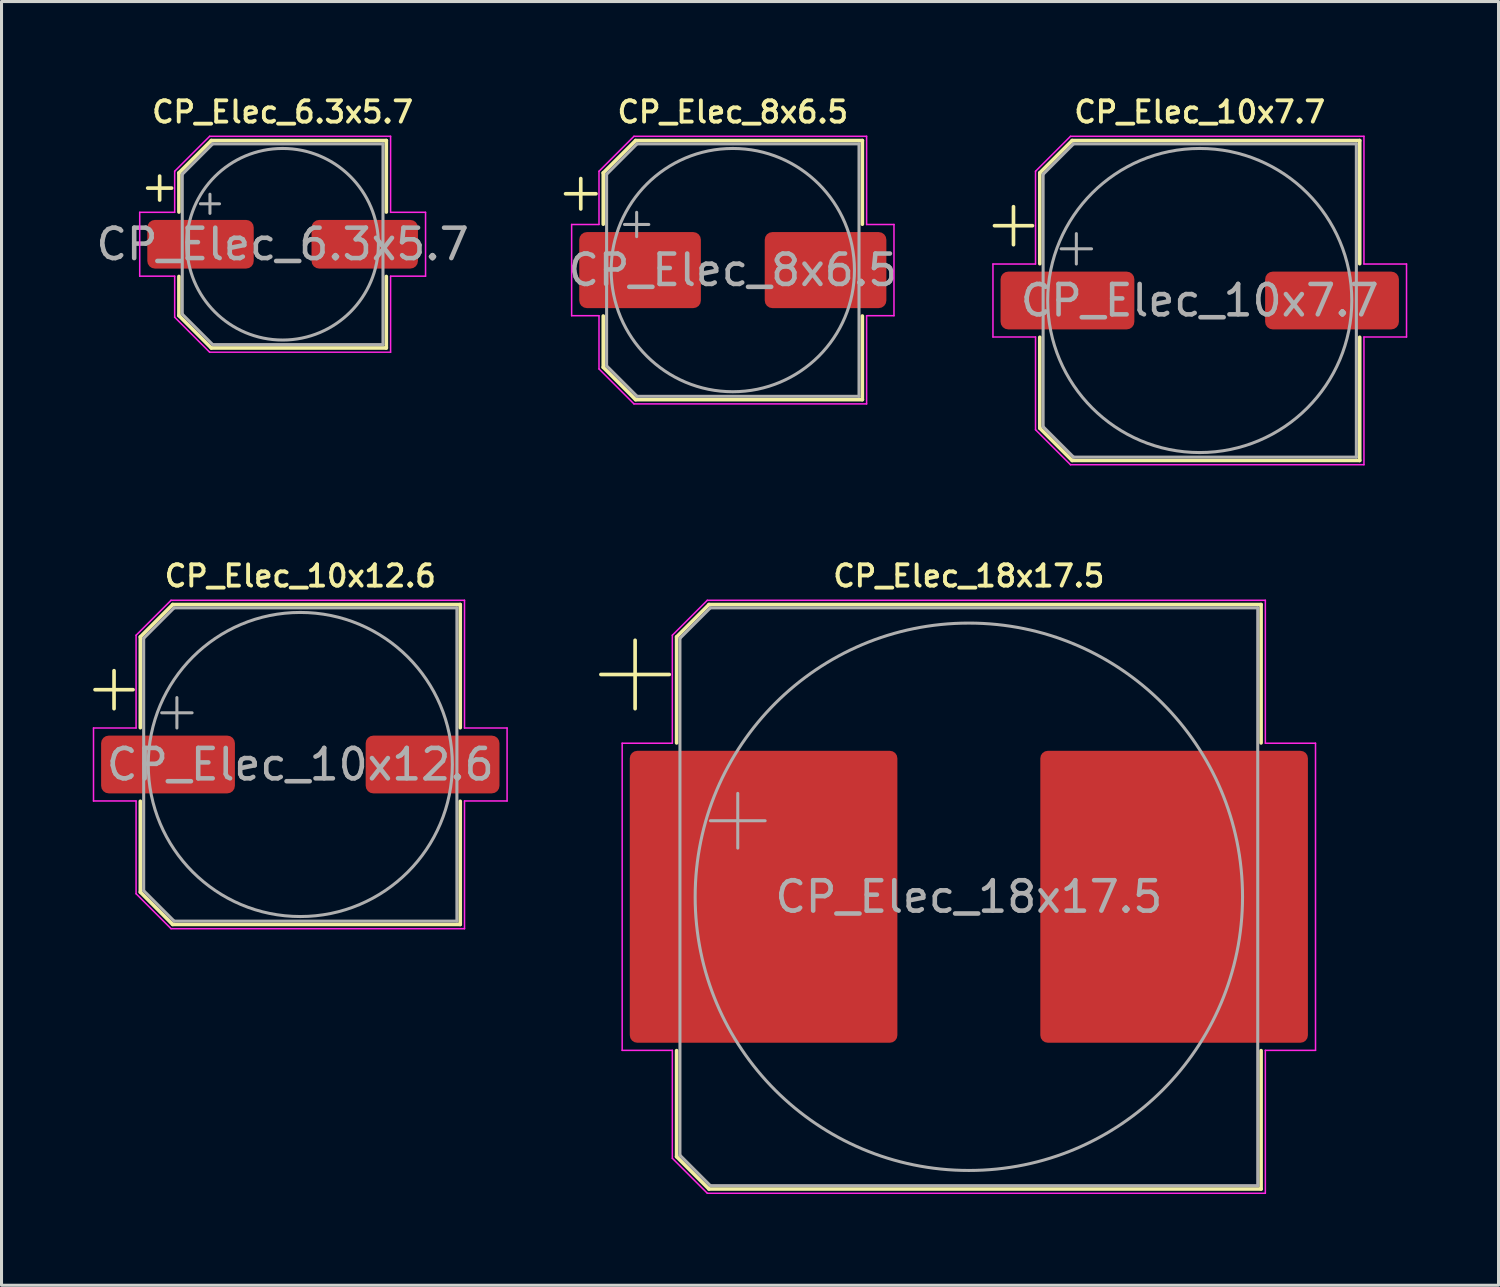
<source format=kicad_pcb>
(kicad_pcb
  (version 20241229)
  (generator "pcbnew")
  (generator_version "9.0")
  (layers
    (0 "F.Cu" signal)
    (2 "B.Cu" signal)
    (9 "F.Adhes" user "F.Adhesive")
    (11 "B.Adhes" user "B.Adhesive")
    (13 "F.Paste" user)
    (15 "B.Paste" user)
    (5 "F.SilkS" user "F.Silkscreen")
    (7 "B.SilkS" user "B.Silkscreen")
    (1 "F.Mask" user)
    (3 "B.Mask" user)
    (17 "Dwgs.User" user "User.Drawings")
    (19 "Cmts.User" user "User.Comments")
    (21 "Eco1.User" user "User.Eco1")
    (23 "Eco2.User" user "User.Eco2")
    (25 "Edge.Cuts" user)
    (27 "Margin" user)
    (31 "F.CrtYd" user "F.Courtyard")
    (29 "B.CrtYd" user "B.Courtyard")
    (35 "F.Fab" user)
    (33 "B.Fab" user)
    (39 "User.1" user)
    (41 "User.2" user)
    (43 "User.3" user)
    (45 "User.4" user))
  (footprint "CP_Elec_6.3x5.7"
    (layer "F.Cu")
    (at 6.244 4.982)
    (property "Reference" "CP_Elec_6.3x5.7" (at 0 -4.35 0) (layer "F.SilkS") (effects (font (size 0.7 0.7) (thickness 0.127))))
    (attr smd)
    (fp_line (start -4.438 -1.847) (end -3.65 -1.847) (stroke (width 0.12) (type solid)) (layer "F.SilkS"))
    (fp_line (start -4.044 -2.241) (end -4.044 -1.454) (stroke (width 0.12) (type solid)) (layer "F.SilkS"))
    (fp_line (start -3.41 -2.346) (end -3.41 -1.06) (stroke (width 0.12) (type solid)) (layer "F.SilkS"))
    (fp_line (start -3.41 -2.346) (end -2.346 -3.41) (stroke (width 0.12) (type solid)) (layer "F.SilkS"))
    (fp_line (start -3.41 2.346) (end -3.41 1.06) (stroke (width 0.12) (type solid)) (layer "F.SilkS"))
    (fp_line (start -3.41 2.346) (end -2.346 3.41) (stroke (width 0.12) (type solid)) (layer "F.SilkS"))
    (fp_line (start -2.346 -3.41) (end 3.41 -3.41) (stroke (width 0.12) (type solid)) (layer "F.SilkS"))
    (fp_line (start -2.346 3.41) (end 3.41 3.41) (stroke (width 0.12) (type solid)) (layer "F.SilkS"))
    (fp_line (start 3.41 -3.41) (end 3.41 -1.06) (stroke (width 0.12) (type solid)) (layer "F.SilkS"))
    (fp_line (start 3.41 3.41) (end 3.41 1.06) (stroke (width 0.12) (type solid)) (layer "F.SilkS"))
    (fp_line (start -4.7 -1.05) (end -4.7 1.05) (stroke (width 0.05) (type solid)) (layer "F.CrtYd"))
    (fp_line (start -4.7 1.05) (end -3.55 1.05) (stroke (width 0.05) (type solid)) (layer "F.CrtYd"))
    (fp_line (start -3.55 -2.4) (end -3.55 -1.05) (stroke (width 0.05) (type solid)) (layer "F.CrtYd"))
    (fp_line (start -3.55 -2.4) (end -2.4 -3.55) (stroke (width 0.05) (type solid)) (layer "F.CrtYd"))
    (fp_line (start -3.55 -1.05) (end -4.7 -1.05) (stroke (width 0.05) (type solid)) (layer "F.CrtYd"))
    (fp_line (start -3.55 1.05) (end -3.55 2.4) (stroke (width 0.05) (type solid)) (layer "F.CrtYd"))
    (fp_line (start -3.55 2.4) (end -2.4 3.55) (stroke (width 0.05) (type solid)) (layer "F.CrtYd"))
    (fp_line (start -2.4 -3.55) (end 3.55 -3.55) (stroke (width 0.05) (type solid)) (layer "F.CrtYd"))
    (fp_line (start -2.4 3.55) (end 3.55 3.55) (stroke (width 0.05) (type solid)) (layer "F.CrtYd"))
    (fp_line (start 3.55 -3.55) (end 3.55 -1.05) (stroke (width 0.05) (type solid)) (layer "F.CrtYd"))
    (fp_line (start 3.55 -1.05) (end 4.7 -1.05) (stroke (width 0.05) (type solid)) (layer "F.CrtYd"))
    (fp_line (start 3.55 1.05) (end 3.55 3.55) (stroke (width 0.05) (type solid)) (layer "F.CrtYd"))
    (fp_line (start 4.7 -1.05) (end 4.7 1.05) (stroke (width 0.05) (type solid)) (layer "F.CrtYd"))
    (fp_line (start 4.7 1.05) (end 3.55 1.05) (stroke (width 0.05) (type solid)) (layer "F.CrtYd"))
    (fp_line (start -3.3 -2.3) (end -3.3 2.3) (stroke (width 0.1) (type solid)) (layer "F.Fab"))
    (fp_line (start -3.3 -2.3) (end -2.3 -3.3) (stroke (width 0.1) (type solid)) (layer "F.Fab"))
    (fp_line (start -3.3 2.3) (end -2.3 3.3) (stroke (width 0.1) (type solid)) (layer "F.Fab"))
    (fp_line (start -2.705 -1.33) (end -2.075 -1.33) (stroke (width 0.1) (type solid)) (layer "F.Fab"))
    (fp_line (start -2.39 -1.645) (end -2.39 -1.015) (stroke (width 0.1) (type solid)) (layer "F.Fab"))
    (fp_line (start -2.3 -3.3) (end 3.3 -3.3) (stroke (width 0.1) (type solid)) (layer "F.Fab"))
    (fp_line (start -2.3 3.3) (end 3.3 3.3) (stroke (width 0.1) (type solid)) (layer "F.Fab"))
    (fp_line (start 3.3 -3.3) (end 3.3 3.3) (stroke (width 0.1) (type solid)) (layer "F.Fab"))
    (fp_circle (center 0 0) (end 3.15 0) (stroke (width 0.1) (type solid)) (fill no) (layer "F.Fab"))
    (fp_text user "${REFERENCE}" (at 0 0 0) (layer "F.Fab") (effects (font (size 1 1) (thickness 0.15))))
    (pad "1" smd roundrect (at -2.7 0) (size 3.5 1.6) (layers "F.Cu" "F.Mask" "F.Paste") (roundrect_rratio 0.156))
    (pad "2" smd roundrect (at 2.7 0) (size 3.5 1.6) (layers "F.Cu" "F.Mask" "F.Paste") (roundrect_rratio 0.156)))
  (footprint "CP_Elec_10x7.7"
    (layer "F.Cu")
    (at 36.403 6.832)
    (property "Reference" "CP_Elec_10x7.7" (at 0 -6.2 0) (layer "F.SilkS") (effects (font (size 0.7 0.7) (thickness 0.127))))
    (attr smd)
    (fp_line (start -6.75 -2.46) (end -5.5 -2.46) (stroke (width 0.12) (type solid)) (layer "F.SilkS"))
    (fp_line (start -6.125 -3.085) (end -6.125 -1.835) (stroke (width 0.12) (type solid)) (layer "F.SilkS"))
    (fp_line (start -5.26 -4.196) (end -5.26 -1.21) (stroke (width 0.12) (type solid)) (layer "F.SilkS"))
    (fp_line (start -5.26 -4.196) (end -4.196 -5.26) (stroke (width 0.12) (type solid)) (layer "F.SilkS"))
    (fp_line (start -5.26 4.196) (end -5.26 1.21) (stroke (width 0.12) (type solid)) (layer "F.SilkS"))
    (fp_line (start -5.26 4.196) (end -4.196 5.26) (stroke (width 0.12) (type solid)) (layer "F.SilkS"))
    (fp_line (start -4.196 -5.26) (end 5.26 -5.26) (stroke (width 0.12) (type solid)) (layer "F.SilkS"))
    (fp_line (start -4.196 5.26) (end 5.26 5.26) (stroke (width 0.12) (type solid)) (layer "F.SilkS"))
    (fp_line (start 5.26 -5.26) (end 5.26 -1.21) (stroke (width 0.12) (type solid)) (layer "F.SilkS"))
    (fp_line (start 5.26 5.26) (end 5.26 1.21) (stroke (width 0.12) (type solid)) (layer "F.SilkS"))
    (fp_line (start -6.8 -1.2) (end -6.8 1.2) (stroke (width 0.05) (type solid)) (layer "F.CrtYd"))
    (fp_line (start -6.8 1.2) (end -5.4 1.2) (stroke (width 0.05) (type solid)) (layer "F.CrtYd"))
    (fp_line (start -5.4 -4.25) (end -5.4 -1.2) (stroke (width 0.05) (type solid)) (layer "F.CrtYd"))
    (fp_line (start -5.4 -4.25) (end -4.25 -5.4) (stroke (width 0.05) (type solid)) (layer "F.CrtYd"))
    (fp_line (start -5.4 -1.2) (end -6.8 -1.2) (stroke (width 0.05) (type solid)) (layer "F.CrtYd"))
    (fp_line (start -5.4 1.2) (end -5.4 4.25) (stroke (width 0.05) (type solid)) (layer "F.CrtYd"))
    (fp_line (start -5.4 4.25) (end -4.25 5.4) (stroke (width 0.05) (type solid)) (layer "F.CrtYd"))
    (fp_line (start -4.25 -5.4) (end 5.4 -5.4) (stroke (width 0.05) (type solid)) (layer "F.CrtYd"))
    (fp_line (start -4.25 5.4) (end 5.4 5.4) (stroke (width 0.05) (type solid)) (layer "F.CrtYd"))
    (fp_line (start 5.4 -5.4) (end 5.4 -1.2) (stroke (width 0.05) (type solid)) (layer "F.CrtYd"))
    (fp_line (start 5.4 -1.2) (end 6.8 -1.2) (stroke (width 0.05) (type solid)) (layer "F.CrtYd"))
    (fp_line (start 5.4 1.2) (end 5.4 5.4) (stroke (width 0.05) (type solid)) (layer "F.CrtYd"))
    (fp_line (start 6.8 -1.2) (end 6.8 1.2) (stroke (width 0.05) (type solid)) (layer "F.CrtYd"))
    (fp_line (start 6.8 1.2) (end 5.4 1.2) (stroke (width 0.05) (type solid)) (layer "F.CrtYd"))
    (fp_line (start -5.15 -4.15) (end -5.15 4.15) (stroke (width 0.1) (type solid)) (layer "F.Fab"))
    (fp_line (start -5.15 -4.15) (end -4.15 -5.15) (stroke (width 0.1) (type solid)) (layer "F.Fab"))
    (fp_line (start -5.15 4.15) (end -4.15 5.15) (stroke (width 0.1) (type solid)) (layer "F.Fab"))
    (fp_line (start -4.558 -1.7) (end -3.558 -1.7) (stroke (width 0.1) (type solid)) (layer "F.Fab"))
    (fp_line (start -4.15 -5.15) (end 5.15 -5.15) (stroke (width 0.1) (type solid)) (layer "F.Fab"))
    (fp_line (start -4.15 5.15) (end 5.15 5.15) (stroke (width 0.1) (type solid)) (layer "F.Fab"))
    (fp_line (start -4.058 -2.2) (end -4.058 -1.2) (stroke (width 0.1) (type solid)) (layer "F.Fab"))
    (fp_line (start 5.15 -5.15) (end 5.15 5.15) (stroke (width 0.1) (type solid)) (layer "F.Fab"))
    (fp_circle (center 0 0) (end 5 0) (stroke (width 0.1) (type solid)) (fill no) (layer "F.Fab"))
    (fp_text user "${REFERENCE}" (at 0 0 0) (layer "F.Fab") (effects (font (size 1 1) (thickness 0.15))))
    (pad "1" smd roundrect (at -4.35 0) (size 4.4 1.9) (layers "F.Cu" "F.Mask" "F.Paste") (roundrect_rratio 0.132))
    (pad "2" smd roundrect (at 4.35 0) (size 4.4 1.9) (layers "F.Cu" "F.Mask" "F.Paste") (roundrect_rratio 0.132)))
  (footprint "CP_Elec_8x6.5"
    (layer "F.Cu")
    (at 21.048 5.832)
    (property "Reference" "CP_Elec_8x6.5" (at 0 -5.2 0) (layer "F.SilkS") (effects (font (size 0.7 0.7) (thickness 0.127))))
    (attr smd)
    (fp_line (start -5.5 -2.51) (end -4.5 -2.51) (stroke (width 0.12) (type solid)) (layer "F.SilkS"))
    (fp_line (start -5 -3.01) (end -5 -2.01) (stroke (width 0.12) (type solid)) (layer "F.SilkS"))
    (fp_line (start -4.26 -3.196) (end -4.26 -1.51) (stroke (width 0.12) (type solid)) (layer "F.SilkS"))
    (fp_line (start -4.26 -3.196) (end -3.196 -4.26) (stroke (width 0.12) (type solid)) (layer "F.SilkS"))
    (fp_line (start -4.26 3.196) (end -4.26 1.51) (stroke (width 0.12) (type solid)) (layer "F.SilkS"))
    (fp_line (start -4.26 3.196) (end -3.196 4.26) (stroke (width 0.12) (type solid)) (layer "F.SilkS"))
    (fp_line (start -3.196 -4.26) (end 4.26 -4.26) (stroke (width 0.12) (type solid)) (layer "F.SilkS"))
    (fp_line (start -3.196 4.26) (end 4.26 4.26) (stroke (width 0.12) (type solid)) (layer "F.SilkS"))
    (fp_line (start 4.26 -4.26) (end 4.26 -1.51) (stroke (width 0.12) (type solid)) (layer "F.SilkS"))
    (fp_line (start 4.26 4.26) (end 4.26 1.51) (stroke (width 0.12) (type solid)) (layer "F.SilkS"))
    (fp_line (start -5.3 -1.5) (end -5.3 1.5) (stroke (width 0.05) (type solid)) (layer "F.CrtYd"))
    (fp_line (start -5.3 1.5) (end -4.4 1.5) (stroke (width 0.05) (type solid)) (layer "F.CrtYd"))
    (fp_line (start -4.4 -3.25) (end -4.4 -1.5) (stroke (width 0.05) (type solid)) (layer "F.CrtYd"))
    (fp_line (start -4.4 -3.25) (end -3.25 -4.4) (stroke (width 0.05) (type solid)) (layer "F.CrtYd"))
    (fp_line (start -4.4 -1.5) (end -5.3 -1.5) (stroke (width 0.05) (type solid)) (layer "F.CrtYd"))
    (fp_line (start -4.4 1.5) (end -4.4 3.25) (stroke (width 0.05) (type solid)) (layer "F.CrtYd"))
    (fp_line (start -4.4 3.25) (end -3.25 4.4) (stroke (width 0.05) (type solid)) (layer "F.CrtYd"))
    (fp_line (start -3.25 -4.4) (end 4.4 -4.4) (stroke (width 0.05) (type solid)) (layer "F.CrtYd"))
    (fp_line (start -3.25 4.4) (end 4.4 4.4) (stroke (width 0.05) (type solid)) (layer "F.CrtYd"))
    (fp_line (start 4.4 -4.4) (end 4.4 -1.5) (stroke (width 0.05) (type solid)) (layer "F.CrtYd"))
    (fp_line (start 4.4 -1.5) (end 5.3 -1.5) (stroke (width 0.05) (type solid)) (layer "F.CrtYd"))
    (fp_line (start 4.4 1.5) (end 4.4 4.4) (stroke (width 0.05) (type solid)) (layer "F.CrtYd"))
    (fp_line (start 5.3 -1.5) (end 5.3 1.5) (stroke (width 0.05) (type solid)) (layer "F.CrtYd"))
    (fp_line (start 5.3 1.5) (end 4.4 1.5) (stroke (width 0.05) (type solid)) (layer "F.CrtYd"))
    (fp_line (start -4.15 -3.15) (end -4.15 3.15) (stroke (width 0.1) (type solid)) (layer "F.Fab"))
    (fp_line (start -4.15 -3.15) (end -3.15 -4.15) (stroke (width 0.1) (type solid)) (layer "F.Fab"))
    (fp_line (start -4.15 3.15) (end -3.15 4.15) (stroke (width 0.1) (type solid)) (layer "F.Fab"))
    (fp_line (start -3.562 -1.5) (end -2.762 -1.5) (stroke (width 0.1) (type solid)) (layer "F.Fab"))
    (fp_line (start -3.162 -1.9) (end -3.162 -1.1) (stroke (width 0.1) (type solid)) (layer "F.Fab"))
    (fp_line (start -3.15 -4.15) (end 4.15 -4.15) (stroke (width 0.1) (type solid)) (layer "F.Fab"))
    (fp_line (start -3.15 4.15) (end 4.15 4.15) (stroke (width 0.1) (type solid)) (layer "F.Fab"))
    (fp_line (start 4.15 -4.15) (end 4.15 4.15) (stroke (width 0.1) (type solid)) (layer "F.Fab"))
    (fp_circle (center 0 0) (end 4 0) (stroke (width 0.1) (type solid)) (fill no) (layer "F.Fab"))
    (fp_text user "${REFERENCE}" (at 0 0 0) (layer "F.Fab") (effects (font (size 1 1) (thickness 0.15))))
    (pad "1" smd roundrect (at -3.05 0) (size 4 2.5) (layers "F.Cu" "F.Mask" "F.Paste") (roundrect_rratio 0.1))
    (pad "2" smd roundrect (at 3.05 0) (size 4 2.5) (layers "F.Cu" "F.Mask" "F.Paste") (roundrect_rratio 0.1)))
  (footprint "CP_Elec_18x17.5"
    (layer "F.Cu")
    (at 28.81 26.44)
    (property "Reference" "CP_Elec_18x17.5" (at 0 -10.55 0) (layer "F.SilkS") (effects (font (size 0.7 0.7) (thickness 0.127))))
    (attr smd)
    (fp_line (start -12.1 -7.31) (end -9.85 -7.31) (stroke (width 0.12) (type solid)) (layer "F.SilkS"))
    (fp_line (start -10.975 -8.435) (end -10.975 -6.185) (stroke (width 0.12) (type solid)) (layer "F.SilkS"))
    (fp_line (start -9.61 -8.546) (end -9.61 -5.06) (stroke (width 0.12) (type solid)) (layer "F.SilkS"))
    (fp_line (start -9.61 -8.546) (end -8.546 -9.61) (stroke (width 0.12) (type solid)) (layer "F.SilkS"))
    (fp_line (start -9.61 8.546) (end -9.61 5.06) (stroke (width 0.12) (type solid)) (layer "F.SilkS"))
    (fp_line (start -9.61 8.546) (end -8.546 9.61) (stroke (width 0.12) (type solid)) (layer "F.SilkS"))
    (fp_line (start -8.546 -9.61) (end 9.61 -9.61) (stroke (width 0.12) (type solid)) (layer "F.SilkS"))
    (fp_line (start -8.546 9.61) (end 9.61 9.61) (stroke (width 0.12) (type solid)) (layer "F.SilkS"))
    (fp_line (start 9.61 -9.61) (end 9.61 -5.06) (stroke (width 0.12) (type solid)) (layer "F.SilkS"))
    (fp_line (start 9.61 9.61) (end 9.61 5.06) (stroke (width 0.12) (type solid)) (layer "F.SilkS"))
    (fp_line (start -11.4 -5.05) (end -11.4 5.05) (stroke (width 0.05) (type solid)) (layer "F.CrtYd"))
    (fp_line (start -11.4 5.05) (end -9.75 5.05) (stroke (width 0.05) (type solid)) (layer "F.CrtYd"))
    (fp_line (start -9.75 -8.6) (end -9.75 -5.05) (stroke (width 0.05) (type solid)) (layer "F.CrtYd"))
    (fp_line (start -9.75 -8.6) (end -8.6 -9.75) (stroke (width 0.05) (type solid)) (layer "F.CrtYd"))
    (fp_line (start -9.75 -5.05) (end -11.4 -5.05) (stroke (width 0.05) (type solid)) (layer "F.CrtYd"))
    (fp_line (start -9.75 5.05) (end -9.75 8.6) (stroke (width 0.05) (type solid)) (layer "F.CrtYd"))
    (fp_line (start -9.75 8.6) (end -8.6 9.75) (stroke (width 0.05) (type solid)) (layer "F.CrtYd"))
    (fp_line (start -8.6 -9.75) (end 9.75 -9.75) (stroke (width 0.05) (type solid)) (layer "F.CrtYd"))
    (fp_line (start -8.6 9.75) (end 9.75 9.75) (stroke (width 0.05) (type solid)) (layer "F.CrtYd"))
    (fp_line (start 9.75 -9.75) (end 9.75 -5.05) (stroke (width 0.05) (type solid)) (layer "F.CrtYd"))
    (fp_line (start 9.75 -5.05) (end 11.4 -5.05) (stroke (width 0.05) (type solid)) (layer "F.CrtYd"))
    (fp_line (start 9.75 5.05) (end 9.75 9.75) (stroke (width 0.05) (type solid)) (layer "F.CrtYd"))
    (fp_line (start 11.4 -5.05) (end 11.4 5.05) (stroke (width 0.05) (type solid)) (layer "F.CrtYd"))
    (fp_line (start 11.4 5.05) (end 9.75 5.05) (stroke (width 0.05) (type solid)) (layer "F.CrtYd"))
    (fp_line (start -9.5 -8.5) (end -9.5 8.5) (stroke (width 0.1) (type solid)) (layer "F.Fab"))
    (fp_line (start -9.5 -8.5) (end -8.5 -9.5) (stroke (width 0.1) (type solid)) (layer "F.Fab"))
    (fp_line (start -9.5 8.5) (end -8.5 9.5) (stroke (width 0.1) (type solid)) (layer "F.Fab"))
    (fp_line (start -8.5 -9.5) (end 9.5 -9.5) (stroke (width 0.1) (type solid)) (layer "F.Fab"))
    (fp_line (start -8.5 9.5) (end 9.5 9.5) (stroke (width 0.1) (type solid)) (layer "F.Fab"))
    (fp_line (start -8.499 -2.5) (end -6.699 -2.5) (stroke (width 0.1) (type solid)) (layer "F.Fab"))
    (fp_line (start -7.599 -3.4) (end -7.599 -1.6) (stroke (width 0.1) (type solid)) (layer "F.Fab"))
    (fp_line (start 9.5 -9.5) (end 9.5 9.5) (stroke (width 0.1) (type solid)) (layer "F.Fab"))
    (fp_circle (center 0 0) (end 9 0) (stroke (width 0.1) (type solid)) (fill no) (layer "F.Fab"))
    (fp_text user "${REFERENCE}" (at 0 0 0) (layer "F.Fab") (effects (font (size 1 1) (thickness 0.15))))
    (pad "1" smd roundrect (at -6.75 0) (size 8.8 9.6) (layers "F.Cu" "F.Mask" "F.Paste") (roundrect_rratio 0.028))
    (pad "2" smd roundrect (at 6.75 0) (size 8.8 9.6) (layers "F.Cu" "F.Mask" "F.Paste") (roundrect_rratio 0.028)))
  (footprint "CP_Elec_10x12.6"
    (layer "F.Cu")
    (at 6.825 22.09)
    (property "Reference" "CP_Elec_10x12.6" (at 0 -6.2 0) (layer "F.SilkS") (effects (font (size 0.7 0.7) (thickness 0.127))))
    (attr smd)
    (fp_line (start -6.75 -2.46) (end -5.5 -2.46) (stroke (width 0.12) (type solid)) (layer "F.SilkS"))
    (fp_line (start -6.125 -3.085) (end -6.125 -1.835) (stroke (width 0.12) (type solid)) (layer "F.SilkS"))
    (fp_line (start -5.26 -4.196) (end -5.26 -1.21) (stroke (width 0.12) (type solid)) (layer "F.SilkS"))
    (fp_line (start -5.26 -4.196) (end -4.196 -5.26) (stroke (width 0.12) (type solid)) (layer "F.SilkS"))
    (fp_line (start -5.26 4.196) (end -5.26 1.21) (stroke (width 0.12) (type solid)) (layer "F.SilkS"))
    (fp_line (start -5.26 4.196) (end -4.196 5.26) (stroke (width 0.12) (type solid)) (layer "F.SilkS"))
    (fp_line (start -4.196 -5.26) (end 5.26 -5.26) (stroke (width 0.12) (type solid)) (layer "F.SilkS"))
    (fp_line (start -4.196 5.26) (end 5.26 5.26) (stroke (width 0.12) (type solid)) (layer "F.SilkS"))
    (fp_line (start 5.26 -5.26) (end 5.26 -1.21) (stroke (width 0.12) (type solid)) (layer "F.SilkS"))
    (fp_line (start 5.26 5.26) (end 5.26 1.21) (stroke (width 0.12) (type solid)) (layer "F.SilkS"))
    (fp_line (start -6.8 -1.2) (end -6.8 1.2) (stroke (width 0.05) (type solid)) (layer "F.CrtYd"))
    (fp_line (start -6.8 1.2) (end -5.4 1.2) (stroke (width 0.05) (type solid)) (layer "F.CrtYd"))
    (fp_line (start -5.4 -4.25) (end -5.4 -1.2) (stroke (width 0.05) (type solid)) (layer "F.CrtYd"))
    (fp_line (start -5.4 -4.25) (end -4.25 -5.4) (stroke (width 0.05) (type solid)) (layer "F.CrtYd"))
    (fp_line (start -5.4 -1.2) (end -6.8 -1.2) (stroke (width 0.05) (type solid)) (layer "F.CrtYd"))
    (fp_line (start -5.4 1.2) (end -5.4 4.25) (stroke (width 0.05) (type solid)) (layer "F.CrtYd"))
    (fp_line (start -5.4 4.25) (end -4.25 5.4) (stroke (width 0.05) (type solid)) (layer "F.CrtYd"))
    (fp_line (start -4.25 -5.4) (end 5.4 -5.4) (stroke (width 0.05) (type solid)) (layer "F.CrtYd"))
    (fp_line (start -4.25 5.4) (end 5.4 5.4) (stroke (width 0.05) (type solid)) (layer "F.CrtYd"))
    (fp_line (start 5.4 -5.4) (end 5.4 -1.2) (stroke (width 0.05) (type solid)) (layer "F.CrtYd"))
    (fp_line (start 5.4 -1.2) (end 6.8 -1.2) (stroke (width 0.05) (type solid)) (layer "F.CrtYd"))
    (fp_line (start 5.4 1.2) (end 5.4 5.4) (stroke (width 0.05) (type solid)) (layer "F.CrtYd"))
    (fp_line (start 6.8 -1.2) (end 6.8 1.2) (stroke (width 0.05) (type solid)) (layer "F.CrtYd"))
    (fp_line (start 6.8 1.2) (end 5.4 1.2) (stroke (width 0.05) (type solid)) (layer "F.CrtYd"))
    (fp_line (start -5.15 -4.15) (end -5.15 4.15) (stroke (width 0.1) (type solid)) (layer "F.Fab"))
    (fp_line (start -5.15 -4.15) (end -4.15 -5.15) (stroke (width 0.1) (type solid)) (layer "F.Fab"))
    (fp_line (start -5.15 4.15) (end -4.15 5.15) (stroke (width 0.1) (type solid)) (layer "F.Fab"))
    (fp_line (start -4.558 -1.7) (end -3.558 -1.7) (stroke (width 0.1) (type solid)) (layer "F.Fab"))
    (fp_line (start -4.15 -5.15) (end 5.15 -5.15) (stroke (width 0.1) (type solid)) (layer "F.Fab"))
    (fp_line (start -4.15 5.15) (end 5.15 5.15) (stroke (width 0.1) (type solid)) (layer "F.Fab"))
    (fp_line (start -4.058 -2.2) (end -4.058 -1.2) (stroke (width 0.1) (type solid)) (layer "F.Fab"))
    (fp_line (start 5.15 -5.15) (end 5.15 5.15) (stroke (width 0.1) (type solid)) (layer "F.Fab"))
    (fp_circle (center 0 0) (end 5 0) (stroke (width 0.1) (type solid)) (fill no) (layer "F.Fab"))
    (fp_text user "${REFERENCE}" (at 0 0 0) (layer "F.Fab") (effects (font (size 1 1) (thickness 0.15))))
    (pad "1" smd roundrect (at -4.35 0) (size 4.4 1.9) (layers "F.Cu" "F.Mask" "F.Paste") (roundrect_rratio 0.132))
    (pad "2" smd roundrect (at 4.35 0) (size 4.4 1.9) (layers "F.Cu" "F.Mask" "F.Paste") (roundrect_rratio 0.132)))
  (gr_rect
    (start -3 -3)
    (end 46.228 39.215)
    (stroke (width 0.1) (type default))
    (fill no)
    (layer "Edge.Cuts")))
</source>
